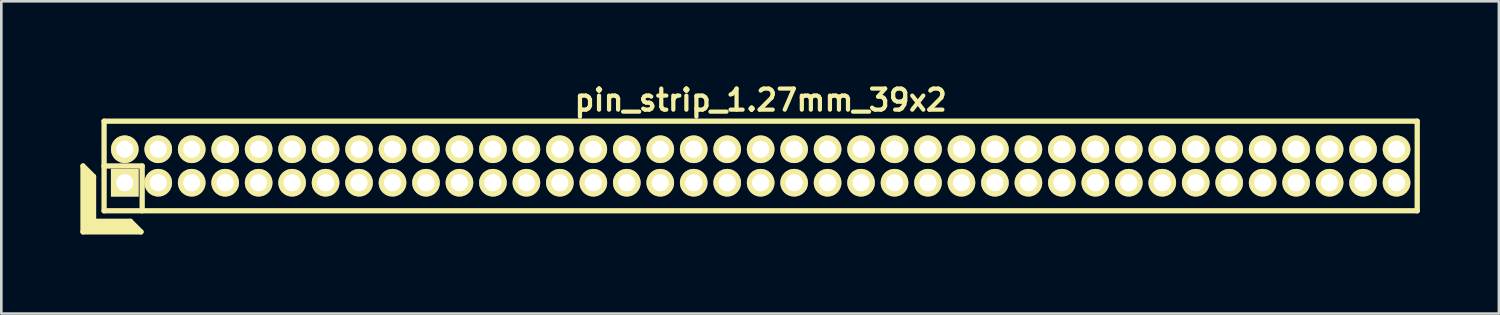
<source format=kicad_pcb>
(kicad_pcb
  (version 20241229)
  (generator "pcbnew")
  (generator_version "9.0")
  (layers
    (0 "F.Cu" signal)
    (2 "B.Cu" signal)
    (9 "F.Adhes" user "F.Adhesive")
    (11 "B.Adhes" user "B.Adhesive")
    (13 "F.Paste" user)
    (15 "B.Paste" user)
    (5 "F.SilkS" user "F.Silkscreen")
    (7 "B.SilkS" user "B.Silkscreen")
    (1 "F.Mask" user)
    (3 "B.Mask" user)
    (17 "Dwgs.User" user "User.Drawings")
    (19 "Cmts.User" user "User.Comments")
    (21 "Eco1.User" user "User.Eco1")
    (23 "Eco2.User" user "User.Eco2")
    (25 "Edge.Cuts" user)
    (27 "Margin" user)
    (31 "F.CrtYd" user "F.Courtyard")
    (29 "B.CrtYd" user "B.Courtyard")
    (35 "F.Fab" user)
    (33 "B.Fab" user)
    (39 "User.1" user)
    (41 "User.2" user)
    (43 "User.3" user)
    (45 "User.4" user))
  (footprint "pin_strip_1.27mm_39x2"
    (layer "F.Cu")
    (at 25.815 3.249)
    (property "Reference" "pin_strip_1.27mm_39x2" (at 0 -2.5 0) (layer "F.SilkS") (effects (font (size 0.8 0.8) (thickness 0.16))))
    (attr through_hole)
    (fp_line (start -25.715 0) (end -25.715 2.5) (stroke (width 0.2) (type solid)) (layer "F.SilkS"))
    (fp_line (start -25.715 0) (end -25.315 0.4) (stroke (width 0.2) (type solid)) (layer "F.SilkS"))
    (fp_line (start -25.715 2.5) (end -23.515 2.5) (stroke (width 0.2) (type solid)) (layer "F.SilkS"))
    (fp_line (start -25.615 2.4) (end -25.615 0.2) (stroke (width 0.2) (type solid)) (layer "F.SilkS"))
    (fp_line (start -25.615 2.4) (end -23.715 2.4) (stroke (width 0.2) (type solid)) (layer "F.SilkS"))
    (fp_line (start -25.515 2.3) (end -25.515 0.3) (stroke (width 0.2) (type solid)) (layer "F.SilkS"))
    (fp_line (start -25.515 2.3) (end -23.815 2.3) (stroke (width 0.2) (type solid)) (layer "F.SilkS"))
    (fp_line (start -25.415 2.2) (end -25.415 0.4) (stroke (width 0.2) (type solid)) (layer "F.SilkS"))
    (fp_line (start -25.415 2.2) (end -23.915 2.2) (stroke (width 0.2) (type solid)) (layer "F.SilkS"))
    (fp_line (start -25.315 2.1) (end -25.315 0.4) (stroke (width 0.2) (type solid)) (layer "F.SilkS"))
    (fp_line (start -25.315 2.1) (end -23.915 2.1) (stroke (width 0.2) (type solid)) (layer "F.SilkS"))
    (fp_line (start -24.92 0) (end -23.47 0) (stroke (width 0.2) (type solid)) (layer "F.SilkS"))
    (fp_line (start -24.915 -1.7) (end 24.915 -1.7) (stroke (width 0.2) (type solid)) (layer "F.SilkS"))
    (fp_line (start -24.915 1.7) (end -24.915 -1.7) (stroke (width 0.2) (type solid)) (layer "F.SilkS"))
    (fp_line (start -23.915 2.1) (end -23.515 2.5) (stroke (width 0.2) (type solid)) (layer "F.SilkS"))
    (fp_line (start -23.47 0) (end -23.47 1.7) (stroke (width 0.2) (type solid)) (layer "F.SilkS"))
    (fp_line (start 24.915 -1.7) (end 24.915 1.7) (stroke (width 0.2) (type solid)) (layer "F.SilkS"))
    (fp_line (start 24.915 1.7) (end -24.915 1.7) (stroke (width 0.2) (type solid)) (layer "F.SilkS"))
    (pad "1" thru_hole rect (at -24.13 0.635) (size 1.05 1.05) (drill 0.65) (layers "*.Cu" "*.Mask" "F.SilkS"))
    (pad "2" thru_hole oval (at -24.13 -0.635) (size 1.05 1.05) (drill 0.65) (layers "*.Cu" "*.Mask" "F.SilkS"))
    (pad "3" thru_hole oval (at -22.86 0.635) (size 1.05 1.05) (drill 0.65) (layers "*.Cu" "*.Mask" "F.SilkS"))
    (pad "4" thru_hole oval (at -22.86 -0.635) (size 1.05 1.05) (drill 0.65) (layers "*.Cu" "*.Mask" "F.SilkS"))
    (pad "5" thru_hole oval (at -21.59 0.635) (size 1.05 1.05) (drill 0.65) (layers "*.Cu" "*.Mask" "F.SilkS"))
    (pad "6" thru_hole oval (at -21.59 -0.635) (size 1.05 1.05) (drill 0.65) (layers "*.Cu" "*.Mask" "F.SilkS"))
    (pad "7" thru_hole oval (at -20.32 0.635) (size 1.05 1.05) (drill 0.65) (layers "*.Cu" "*.Mask" "F.SilkS"))
    (pad "8" thru_hole oval (at -20.32 -0.635) (size 1.05 1.05) (drill 0.65) (layers "*.Cu" "*.Mask" "F.SilkS"))
    (pad "9" thru_hole oval (at -19.05 0.635) (size 1.05 1.05) (drill 0.65) (layers "*.Cu" "*.Mask" "F.SilkS"))
    (pad "10" thru_hole oval (at -19.05 -0.635) (size 1.05 1.05) (drill 0.65) (layers "*.Cu" "*.Mask" "F.SilkS"))
    (pad "11" thru_hole oval (at -17.78 0.635) (size 1.05 1.05) (drill 0.65) (layers "*.Cu" "*.Mask" "F.SilkS"))
    (pad "12" thru_hole oval (at -17.78 -0.635) (size 1.05 1.05) (drill 0.65) (layers "*.Cu" "*.Mask" "F.SilkS"))
    (pad "13" thru_hole oval (at -16.51 0.635) (size 1.05 1.05) (drill 0.65) (layers "*.Cu" "*.Mask" "F.SilkS"))
    (pad "14" thru_hole oval (at -16.51 -0.635) (size 1.05 1.05) (drill 0.65) (layers "*.Cu" "*.Mask" "F.SilkS"))
    (pad "15" thru_hole oval (at -15.24 0.635) (size 1.05 1.05) (drill 0.65) (layers "*.Cu" "*.Mask" "F.SilkS"))
    (pad "16" thru_hole oval (at -15.24 -0.635) (size 1.05 1.05) (drill 0.65) (layers "*.Cu" "*.Mask" "F.SilkS"))
    (pad "17" thru_hole oval (at -13.97 0.635) (size 1.05 1.05) (drill 0.65) (layers "*.Cu" "*.Mask" "F.SilkS"))
    (pad "18" thru_hole oval (at -13.97 -0.635) (size 1.05 1.05) (drill 0.65) (layers "*.Cu" "*.Mask" "F.SilkS"))
    (pad "19" thru_hole oval (at -12.7 0.635) (size 1.05 1.05) (drill 0.65) (layers "*.Cu" "*.Mask" "F.SilkS"))
    (pad "20" thru_hole oval (at -12.7 -0.635) (size 1.05 1.05) (drill 0.65) (layers "*.Cu" "*.Mask" "F.SilkS"))
    (pad "21" thru_hole oval (at -11.43 0.635) (size 1.05 1.05) (drill 0.65) (layers "*.Cu" "*.Mask" "F.SilkS"))
    (pad "22" thru_hole oval (at -11.43 -0.635) (size 1.05 1.05) (drill 0.65) (layers "*.Cu" "*.Mask" "F.SilkS"))
    (pad "23" thru_hole oval (at -10.16 0.635) (size 1.05 1.05) (drill 0.65) (layers "*.Cu" "*.Mask" "F.SilkS"))
    (pad "24" thru_hole oval (at -10.16 -0.635) (size 1.05 1.05) (drill 0.65) (layers "*.Cu" "*.Mask" "F.SilkS"))
    (pad "25" thru_hole oval (at -8.89 0.635) (size 1.05 1.05) (drill 0.65) (layers "*.Cu" "*.Mask" "F.SilkS"))
    (pad "26" thru_hole oval (at -8.89 -0.635) (size 1.05 1.05) (drill 0.65) (layers "*.Cu" "*.Mask" "F.SilkS"))
    (pad "27" thru_hole oval (at -7.62 0.635) (size 1.05 1.05) (drill 0.65) (layers "*.Cu" "*.Mask" "F.SilkS"))
    (pad "28" thru_hole oval (at -7.62 -0.635) (size 1.05 1.05) (drill 0.65) (layers "*.Cu" "*.Mask" "F.SilkS"))
    (pad "29" thru_hole oval (at -6.35 0.635) (size 1.05 1.05) (drill 0.65) (layers "*.Cu" "*.Mask" "F.SilkS"))
    (pad "30" thru_hole oval (at -6.35 -0.635) (size 1.05 1.05) (drill 0.65) (layers "*.Cu" "*.Mask" "F.SilkS"))
    (pad "31" thru_hole oval (at -5.08 0.635) (size 1.05 1.05) (drill 0.65) (layers "*.Cu" "*.Mask" "F.SilkS"))
    (pad "32" thru_hole oval (at -5.08 -0.635) (size 1.05 1.05) (drill 0.65) (layers "*.Cu" "*.Mask" "F.SilkS"))
    (pad "33" thru_hole oval (at -3.81 0.635) (size 1.05 1.05) (drill 0.65) (layers "*.Cu" "*.Mask" "F.SilkS"))
    (pad "34" thru_hole oval (at -3.81 -0.635) (size 1.05 1.05) (drill 0.65) (layers "*.Cu" "*.Mask" "F.SilkS"))
    (pad "35" thru_hole oval (at -2.54 0.635) (size 1.05 1.05) (drill 0.65) (layers "*.Cu" "*.Mask" "F.SilkS"))
    (pad "36" thru_hole oval (at -2.54 -0.635) (size 1.05 1.05) (drill 0.65) (layers "*.Cu" "*.Mask" "F.SilkS"))
    (pad "37" thru_hole oval (at -1.27 0.635) (size 1.05 1.05) (drill 0.65) (layers "*.Cu" "*.Mask" "F.SilkS"))
    (pad "38" thru_hole oval (at -1.27 -0.635) (size 1.05 1.05) (drill 0.65) (layers "*.Cu" "*.Mask" "F.SilkS"))
    (pad "39" thru_hole oval (at 0 0.635) (size 1.05 1.05) (drill 0.65) (layers "*.Cu" "*.Mask" "F.SilkS"))
    (pad "40" thru_hole oval (at 0 -0.635) (size 1.05 1.05) (drill 0.65) (layers "*.Cu" "*.Mask" "F.SilkS"))
    (pad "41" thru_hole oval (at 1.27 0.635) (size 1.05 1.05) (drill 0.65) (layers "*.Cu" "*.Mask" "F.SilkS"))
    (pad "42" thru_hole oval (at 1.27 -0.635) (size 1.05 1.05) (drill 0.65) (layers "*.Cu" "*.Mask" "F.SilkS"))
    (pad "43" thru_hole oval (at 2.54 0.635) (size 1.05 1.05) (drill 0.65) (layers "*.Cu" "*.Mask" "F.SilkS"))
    (pad "44" thru_hole oval (at 2.54 -0.635) (size 1.05 1.05) (drill 0.65) (layers "*.Cu" "*.Mask" "F.SilkS"))
    (pad "45" thru_hole oval (at 3.81 0.635) (size 1.05 1.05) (drill 0.65) (layers "*.Cu" "*.Mask" "F.SilkS"))
    (pad "46" thru_hole oval (at 3.81 -0.635) (size 1.05 1.05) (drill 0.65) (layers "*.Cu" "*.Mask" "F.SilkS"))
    (pad "47" thru_hole oval (at 5.08 0.635) (size 1.05 1.05) (drill 0.65) (layers "*.Cu" "*.Mask" "F.SilkS"))
    (pad "48" thru_hole oval (at 5.08 -0.635) (size 1.05 1.05) (drill 0.65) (layers "*.Cu" "*.Mask" "F.SilkS"))
    (pad "49" thru_hole oval (at 6.35 0.635) (size 1.05 1.05) (drill 0.65) (layers "*.Cu" "*.Mask" "F.SilkS"))
    (pad "50" thru_hole oval (at 6.35 -0.635) (size 1.05 1.05) (drill 0.65) (layers "*.Cu" "*.Mask" "F.SilkS"))
    (pad "51" thru_hole circle (at 7.62 0.635) (size 1.05 1.05) (drill 0.65) (layers "*.Cu" "*.Mask" "F.SilkS"))
    (pad "52" thru_hole oval (at 7.62 -0.635) (size 1.05 1.05) (drill 0.65) (layers "*.Cu" "*.Mask" "F.SilkS"))
    (pad "53" thru_hole oval (at 8.89 0.635) (size 1.05 1.05) (drill 0.65) (layers "*.Cu" "*.Mask" "F.SilkS"))
    (pad "54" thru_hole oval (at 8.89 -0.635) (size 1.05 1.05) (drill 0.65) (layers "*.Cu" "*.Mask" "F.SilkS"))
    (pad "55" thru_hole oval (at 10.16 0.635) (size 1.05 1.05) (drill 0.65) (layers "*.Cu" "*.Mask" "F.SilkS"))
    (pad "56" thru_hole oval (at 10.16 -0.635) (size 1.05 1.05) (drill 0.65) (layers "*.Cu" "*.Mask" "F.SilkS"))
    (pad "57" thru_hole oval (at 11.43 0.635) (size 1.05 1.05) (drill 0.65) (layers "*.Cu" "*.Mask" "F.SilkS"))
    (pad "58" thru_hole oval (at 11.43 -0.635) (size 1.05 1.05) (drill 0.65) (layers "*.Cu" "*.Mask" "F.SilkS"))
    (pad "59" thru_hole oval (at 12.7 0.635) (size 1.05 1.05) (drill 0.65) (layers "*.Cu" "*.Mask" "F.SilkS"))
    (pad "60" thru_hole oval (at 12.7 -0.635) (size 1.05 1.05) (drill 0.65) (layers "*.Cu" "*.Mask" "F.SilkS"))
    (pad "61" thru_hole oval (at 13.97 0.635) (size 1.05 1.05) (drill 0.65) (layers "*.Cu" "*.Mask" "F.SilkS"))
    (pad "62" thru_hole oval (at 13.97 -0.635) (size 1.05 1.05) (drill 0.65) (layers "*.Cu" "*.Mask" "F.SilkS"))
    (pad "63" thru_hole oval (at 15.24 0.635) (size 1.05 1.05) (drill 0.65) (layers "*.Cu" "*.Mask" "F.SilkS"))
    (pad "64" thru_hole oval (at 15.24 -0.635) (size 1.05 1.05) (drill 0.65) (layers "*.Cu" "*.Mask" "F.SilkS"))
    (pad "65" thru_hole oval (at 16.51 0.635) (size 1.05 1.05) (drill 0.65) (layers "*.Cu" "*.Mask" "F.SilkS"))
    (pad "66" thru_hole oval (at 16.51 -0.635) (size 1.05 1.05) (drill 0.65) (layers "*.Cu" "*.Mask" "F.SilkS"))
    (pad "67" thru_hole oval (at 17.78 0.635) (size 1.05 1.05) (drill 0.65) (layers "*.Cu" "*.Mask" "F.SilkS"))
    (pad "68" thru_hole oval (at 17.78 -0.635) (size 1.05 1.05) (drill 0.65) (layers "*.Cu" "*.Mask" "F.SilkS"))
    (pad "69" thru_hole oval (at 19.05 0.635) (size 1.05 1.05) (drill 0.65) (layers "*.Cu" "*.Mask" "F.SilkS"))
    (pad "70" thru_hole oval (at 19.05 -0.635) (size 1.05 1.05) (drill 0.65) (layers "*.Cu" "*.Mask" "F.SilkS"))
    (pad "71" thru_hole oval (at 20.32 0.635) (size 1.05 1.05) (drill 0.65) (layers "*.Cu" "*.Mask" "F.SilkS"))
    (pad "72" thru_hole oval (at 20.32 -0.635) (size 1.05 1.05) (drill 0.65) (layers "*.Cu" "*.Mask" "F.SilkS"))
    (pad "73" thru_hole oval (at 21.59 0.635) (size 1.05 1.05) (drill 0.65) (layers "*.Cu" "*.Mask" "F.SilkS"))
    (pad "74" thru_hole oval (at 21.59 -0.635) (size 1.05 1.05) (drill 0.65) (layers "*.Cu" "*.Mask" "F.SilkS"))
    (pad "75" thru_hole oval (at 22.86 0.635) (size 1.05 1.05) (drill 0.65) (layers "*.Cu" "*.Mask" "F.SilkS"))
    (pad "76" thru_hole oval (at 22.86 -0.635) (size 1.05 1.05) (drill 0.65) (layers "*.Cu" "*.Mask" "F.SilkS"))
    (pad "77" thru_hole oval (at 24.13 0.635) (size 1.05 1.05) (drill 0.65) (layers "*.Cu" "*.Mask" "F.SilkS"))
    (pad "78" thru_hole oval (at 24.13 -0.635) (size 1.05 1.05) (drill 0.65) (layers "*.Cu" "*.Mask" "F.SilkS")))
  (gr_rect
    (start -3 -3)
    (end 53.83 8.849)
    (stroke (width 0.1) (type default))
    (fill no)
    (layer "Edge.Cuts")))
</source>
